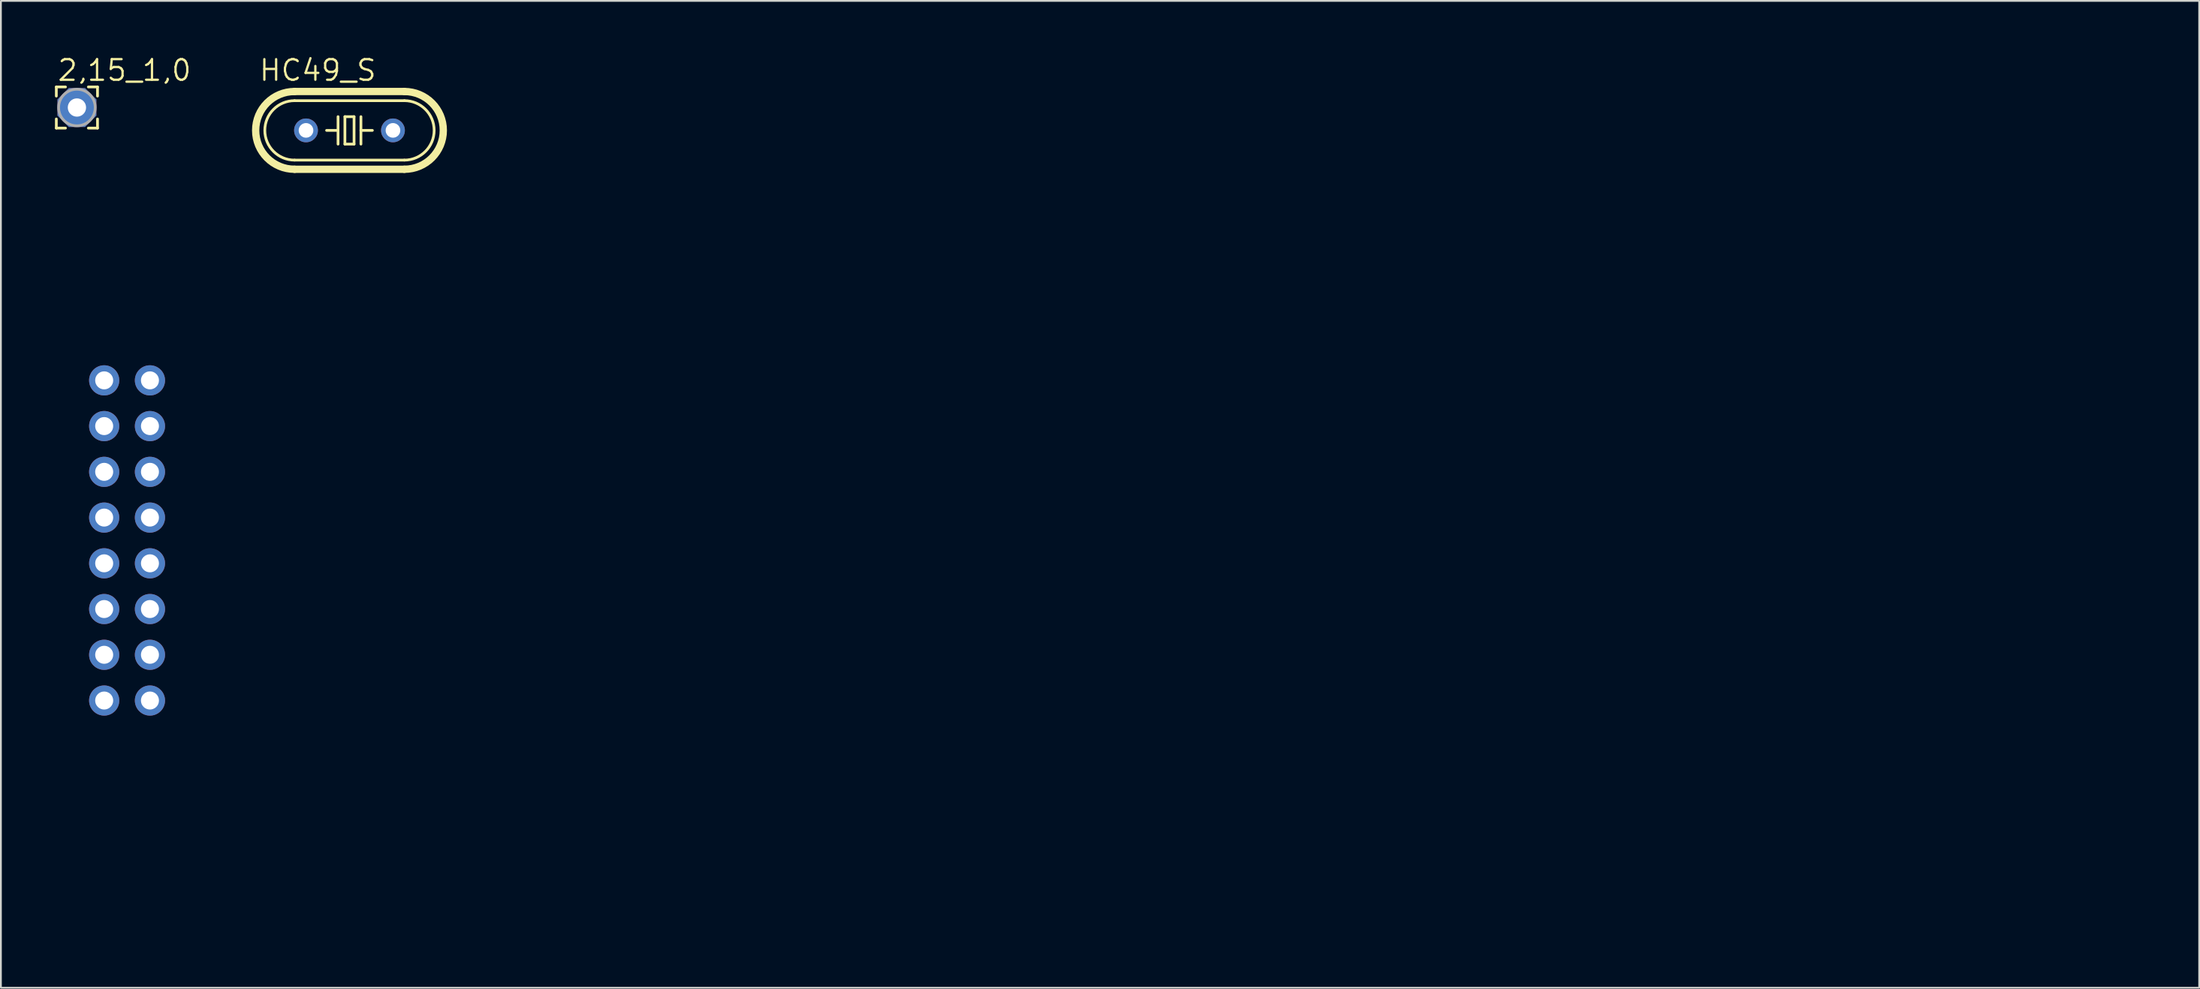
<source format=kicad_pcb>
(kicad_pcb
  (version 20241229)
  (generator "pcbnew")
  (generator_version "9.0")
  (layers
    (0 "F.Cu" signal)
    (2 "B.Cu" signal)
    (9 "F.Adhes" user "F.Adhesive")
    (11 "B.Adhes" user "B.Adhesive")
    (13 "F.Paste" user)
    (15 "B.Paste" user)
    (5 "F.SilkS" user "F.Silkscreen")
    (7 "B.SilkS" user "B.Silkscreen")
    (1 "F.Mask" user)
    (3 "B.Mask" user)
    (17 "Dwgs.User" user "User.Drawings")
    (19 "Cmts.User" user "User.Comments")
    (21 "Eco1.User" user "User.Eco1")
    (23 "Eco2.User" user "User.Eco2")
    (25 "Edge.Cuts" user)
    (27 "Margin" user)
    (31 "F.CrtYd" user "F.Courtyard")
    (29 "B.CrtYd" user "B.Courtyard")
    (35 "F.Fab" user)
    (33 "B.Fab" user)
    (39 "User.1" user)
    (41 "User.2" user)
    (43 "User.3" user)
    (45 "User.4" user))
  (footprint "HC49_S"
    (layer "F.Cu")
    (at 16.346 4.191)
    (property "Reference" "HC49_S" (at -5.08 -2.667 0) (layer "F.SilkS") (effects (font (size 1.143 1.143) (thickness 0.127)) (justify left bottom)))
    (fp_line (start -3.048 -2.159) (end 3.048 -2.159) (stroke (width 0.406) (type solid)) (layer "F.SilkS"))
    (fp_line (start -3.048 1.651) (end 3.048 1.651) (stroke (width 0.152) (type solid)) (layer "F.SilkS"))
    (fp_line (start -3.048 2.159) (end 3.048 2.159) (stroke (width 0.406) (type solid)) (layer "F.SilkS"))
    (fp_line (start -0.635 -0.762) (end -0.635 0) (stroke (width 0.152) (type solid)) (layer "F.SilkS"))
    (fp_line (start -0.635 0) (end -1.27 0) (stroke (width 0.152) (type solid)) (layer "F.SilkS"))
    (fp_line (start -0.635 0) (end -0.635 0.762) (stroke (width 0.152) (type solid)) (layer "F.SilkS"))
    (fp_line (start -0.254 -0.762) (end 0.254 -0.762) (stroke (width 0.152) (type solid)) (layer "F.SilkS"))
    (fp_line (start -0.254 0.762) (end -0.254 -0.762) (stroke (width 0.152) (type solid)) (layer "F.SilkS"))
    (fp_line (start 0.254 -0.762) (end 0.254 0.762) (stroke (width 0.152) (type solid)) (layer "F.SilkS"))
    (fp_line (start 0.254 0.762) (end -0.254 0.762) (stroke (width 0.152) (type solid)) (layer "F.SilkS"))
    (fp_line (start 0.635 -0.762) (end 0.635 0) (stroke (width 0.152) (type solid)) (layer "F.SilkS"))
    (fp_line (start 0.635 0) (end 0.635 0.762) (stroke (width 0.152) (type solid)) (layer "F.SilkS"))
    (fp_line (start 0.635 0) (end 1.27 0) (stroke (width 0.152) (type solid)) (layer "F.SilkS"))
    (fp_line (start 3.048 -1.651) (end -3.048 -1.651) (stroke (width 0.152) (type solid)) (layer "F.SilkS"))
    (fp_arc (start -3.048 1.651) (mid -4.699 0) (end -3.048 -1.651) (stroke (width 0.1524) (type solid)) (layer "F.SilkS"))
    (fp_arc (start -3.048 2.159) (mid -5.207 0) (end -3.048 -2.159) (stroke (width 0.4064) (type solid)) (layer "F.SilkS"))
    (fp_arc (start 3.048 -2.159) (mid 5.207 0) (end 3.048 2.159) (stroke (width 0.4064) (type solid)) (layer "F.SilkS"))
    (fp_arc (start 3.048 -1.651) (mid 4.699 0) (end 3.048 1.651) (stroke (width 0.1524) (type solid)) (layer "F.SilkS"))
    (pad "1" thru_hole circle (at -2.413 0) (size 1.321 1.321) (drill 0.813) (layers "*.Cu" "*.Mask"))
    (pad "2" thru_hole circle (at 2.413 0) (size 1.321 1.321) (drill 0.813) (layers "*.Cu" "*.Mask"))
    (zone (net_name "") (layers "F.Cu" "B.Cu") (hatch edge 0.5) (connect_pads) (min_thickness 0.25) (filled_areas_thickness no) (keepout (tracks allowed) (vias not_allowed) (pads allowed) (copperpour allowed) (footprints allowed)) (placement (enabled no)) (fill) (polygon (pts (xy 10.631 5.461) (xy 11.266 5.461) (xy 11.266 2.921) (xy 10.631 2.921))))
    (zone (net_name "") (layers "F.Cu" "B.Cu") (hatch edge 0.5) (connect_pads) (min_thickness 0.25) (filled_areas_thickness no) (keepout (tracks allowed) (vias not_allowed) (pads allowed) (copperpour allowed) (footprints allowed)) (placement (enabled no)) (fill) (polygon (pts (xy 11.266 6.096) (xy 11.901 6.096) (xy 11.901 2.286) (xy 11.266 2.286))))
    (zone (net_name "") (layers "F.Cu" "B.Cu") (hatch edge 0.5) (connect_pads) (min_thickness 0.25) (filled_areas_thickness no) (keepout (tracks allowed) (vias not_allowed) (pads allowed) (copperpour allowed) (footprints allowed)) (placement (enabled no)) (fill) (polygon (pts (xy 11.901 6.731) (xy 20.791 6.731) (xy 20.791 1.651) (xy 11.901 1.651))))
    (zone (net_name "") (layers "F.Cu" "B.Cu") (hatch edge 0.5) (connect_pads) (min_thickness 0.25) (filled_areas_thickness no) (keepout (tracks allowed) (vias not_allowed) (pads allowed) (copperpour allowed) (footprints allowed)) (placement (enabled no)) (fill) (polygon (pts (xy 20.791 6.096) (xy 21.426 6.096) (xy 21.426 2.286) (xy 20.791 2.286))))
    (zone (net_name "") (layers "F.Cu" "B.Cu") (hatch edge 0.5) (connect_pads) (min_thickness 0.25) (filled_areas_thickness no) (keepout (tracks allowed) (vias not_allowed) (pads allowed) (copperpour allowed) (footprints allowed)) (placement (enabled no)) (fill) (polygon (pts (xy 21.426 5.461) (xy 22.061 5.461) (xy 22.061 2.921) (xy 21.426 2.921)))))
  (footprint "2,15_1,0"
    (layer "F.Cu")
    (at 1.219 2.921)
    (property "Reference" "2,15_1,0" (at -1.143 -1.397 0) (layer "F.SilkS") (effects (font (size 1.143 1.143) (thickness 0.127)) (justify left bottom)))
    (fp_line (start -1.143 -1.143) (end -1.143 -0.635) (stroke (width 0.152) (type solid)) (layer "F.SilkS"))
    (fp_line (start -1.143 0.635) (end -1.143 1.143) (stroke (width 0.152) (type solid)) (layer "F.SilkS"))
    (fp_line (start -1.143 1.143) (end -0.635 1.143) (stroke (width 0.152) (type solid)) (layer "F.SilkS"))
    (fp_line (start -0.635 -1.143) (end -1.143 -1.143) (stroke (width 0.152) (type solid)) (layer "F.SilkS"))
    (fp_line (start 1.143 -1.143) (end 0.635 -1.143) (stroke (width 0.152) (type solid)) (layer "F.SilkS"))
    (fp_line (start 1.143 -0.635) (end 1.143 -1.143) (stroke (width 0.152) (type solid)) (layer "F.SilkS"))
    (fp_line (start 1.143 1.143) (end 0.635 1.143) (stroke (width 0.152) (type solid)) (layer "F.SilkS"))
    (fp_line (start 1.143 1.143) (end 1.143 0.635) (stroke (width 0.152) (type solid)) (layer "F.SilkS"))
    (fp_circle (center 0 0) (end 1.016 0) (stroke (width 0.152) (type solid)) (fill no) (layer "F.Fab"))
    (pad "1" thru_hole roundrect (at 0 0) (size 2.159 2.159) (drill 1.016) (layers "*.Cu" "*.Mask") (roundrect_rratio 0.25) (chamfer_ratio 0.293) (chamfer top_left top_right bottom_left bottom_right)))
  (footprint "TUXGR_20X2"
    (layer "F.Cu")
    (at 58.002 28.233)
    (property "Reference" "TUXGR_20X2" (at -53.34 20.32 0) (layer "User.1") (effects (font (size 1.168 1.168) (thickness 0.102)) (justify left bottom)))
    (fp_line (start -57.9 -18.4) (end 57.9 -18.4) (stroke (width 0.203) (type solid)) (layer "User.1"))
    (fp_line (start -57.9 18.4) (end -57.9 -18.4) (stroke (width 0.203) (type solid)) (layer "User.1"))
    (fp_line (start -44.5 -15.5) (end 46.5 -15.5) (stroke (width 0.203) (type solid)) (layer "User.1"))
    (fp_line (start -44.5 15.5) (end -44.5 -15.5) (stroke (width 0.203) (type solid)) (layer "User.1"))
    (fp_line (start -40.4 -9.15) (end 42.4 -9.15) (stroke (width 0.203) (type solid)) (layer "User.1"))
    (fp_line (start -40.4 9.15) (end -40.4 -9.15) (stroke (width 0.203) (type solid)) (layer "User.1"))
    (fp_line (start 42.4 -9.15) (end 42.4 9.15) (stroke (width 0.203) (type solid)) (layer "User.1"))
    (fp_line (start 42.4 9.15) (end -40.4 9.15) (stroke (width 0.203) (type solid)) (layer "User.1"))
    (fp_line (start 46.5 -15.5) (end 46.5 15.5) (stroke (width 0.203) (type solid)) (layer "User.1"))
    (fp_line (start 46.5 15.5) (end -44.5 15.5) (stroke (width 0.203) (type solid)) (layer "User.1"))
    (fp_line (start 57.9 -18.4) (end 57.9 18.4) (stroke (width 0.203) (type solid)) (layer "User.1"))
    (fp_line (start 57.9 18.4) (end -57.9 18.4) (stroke (width 0.203) (type solid)) (layer "User.1"))
    (fp_circle (center -54 -14.5) (end -52.25 -14.5) (stroke (width 0.1) (type solid)) (fill no) (layer "User.1"))
    (fp_circle (center -54 14.45) (end -52.25 14.45) (stroke (width 0.1) (type solid)) (fill no) (layer "User.1"))
    (fp_circle (center 54 -14.5) (end 55.75 -14.5) (stroke (width 0.1) (type solid)) (fill no) (layer "User.1"))
    (fp_circle (center 54 14.45) (end 55.75 14.45) (stroke (width 0.1) (type solid)) (fill no) (layer "User.1"))
    (fp_poly (pts (xy -35.75 -0.2) (xy -32.55 -0.2) (xy -32.55 -5.75) (xy -35.75 -5.75)) (stroke (width 0.1) (type default)) (fill no) (layer "User.1"))
    (fp_poly (pts (xy -35.75 5.75) (xy -32.55 5.75) (xy -32.55 0.2) (xy -35.75 0.2)) (stroke (width 0.1) (type default)) (fill no) (layer "User.1"))
    (fp_poly (pts (xy -32.05 -0.2) (xy -28.85 -0.2) (xy -28.85 -5.75) (xy -32.05 -5.75)) (stroke (width 0.1) (type default)) (fill no) (layer "User.1"))
    (fp_poly (pts (xy -32.05 5.75) (xy -28.85 5.75) (xy -28.85 0.2) (xy -32.05 0.2)) (stroke (width 0.1) (type default)) (fill no) (layer "User.1"))
    (fp_poly (pts (xy -28.35 -0.2) (xy -25.15 -0.2) (xy -25.15 -5.75) (xy -28.35 -5.75)) (stroke (width 0.1) (type default)) (fill no) (layer "User.1"))
    (fp_poly (pts (xy -28.35 5.75) (xy -25.15 5.75) (xy -25.15 0.2) (xy -28.35 0.2)) (stroke (width 0.1) (type default)) (fill no) (layer "User.1"))
    (fp_poly (pts (xy -24.65 -0.2) (xy -21.45 -0.2) (xy -21.45 -5.75) (xy -24.65 -5.75)) (stroke (width 0.1) (type default)) (fill no) (layer "User.1"))
    (fp_poly (pts (xy -24.65 5.75) (xy -21.45 5.75) (xy -21.45 0.2) (xy -24.65 0.2)) (stroke (width 0.1) (type default)) (fill no) (layer "User.1"))
    (fp_poly (pts (xy -20.95 -0.2) (xy -17.75 -0.2) (xy -17.75 -5.75) (xy -20.95 -5.75)) (stroke (width 0.1) (type default)) (fill no) (layer "User.1"))
    (fp_poly (pts (xy -20.95 5.75) (xy -17.75 5.75) (xy -17.75 0.2) (xy -20.95 0.2)) (stroke (width 0.1) (type default)) (fill no) (layer "User.1"))
    (fp_poly (pts (xy -17.25 -0.2) (xy -14.05 -0.2) (xy -14.05 -5.75) (xy -17.25 -5.75)) (stroke (width 0.1) (type default)) (fill no) (layer "User.1"))
    (fp_poly (pts (xy -17.25 5.75) (xy -14.05 5.75) (xy -14.05 0.2) (xy -17.25 0.2)) (stroke (width 0.1) (type default)) (fill no) (layer "User.1"))
    (fp_poly (pts (xy -13.55 -0.2) (xy -10.35 -0.2) (xy -10.35 -5.75) (xy -13.55 -5.75)) (stroke (width 0.1) (type default)) (fill no) (layer "User.1"))
    (fp_poly (pts (xy -13.55 5.75) (xy -10.35 5.75) (xy -10.35 0.2) (xy -13.55 0.2)) (stroke (width 0.1) (type default)) (fill no) (layer "User.1"))
    (fp_poly (pts (xy -9.85 -0.2) (xy -6.65 -0.2) (xy -6.65 -5.75) (xy -9.85 -5.75)) (stroke (width 0.1) (type default)) (fill no) (layer "User.1"))
    (fp_poly (pts (xy -9.85 5.75) (xy -6.65 5.75) (xy -6.65 0.2) (xy -9.85 0.2)) (stroke (width 0.1) (type default)) (fill no) (layer "User.1"))
    (fp_poly (pts (xy -6.15 -0.2) (xy -2.95 -0.2) (xy -2.95 -5.75) (xy -6.15 -5.75)) (stroke (width 0.1) (type default)) (fill no) (layer "User.1"))
    (fp_poly (pts (xy -6.15 5.75) (xy -2.95 5.75) (xy -2.95 0.2) (xy -6.15 0.2)) (stroke (width 0.1) (type default)) (fill no) (layer "User.1"))
    (fp_poly (pts (xy -2.45 -0.2) (xy 0.75 -0.2) (xy 0.75 -5.75) (xy -2.45 -5.75)) (stroke (width 0.1) (type default)) (fill no) (layer "User.1"))
    (fp_poly (pts (xy -2.45 5.75) (xy 0.75 5.75) (xy 0.75 0.2) (xy -2.45 0.2)) (stroke (width 0.1) (type default)) (fill no) (layer "User.1"))
    (fp_poly (pts (xy 1.25 -0.2) (xy 4.45 -0.2) (xy 4.45 -5.75) (xy 1.25 -5.75)) (stroke (width 0.1) (type default)) (fill no) (layer "User.1"))
    (fp_poly (pts (xy 1.25 5.75) (xy 4.45 5.75) (xy 4.45 0.2) (xy 1.25 0.2)) (stroke (width 0.1) (type default)) (fill no) (layer "User.1"))
    (fp_poly (pts (xy 4.95 -0.2) (xy 8.15 -0.2) (xy 8.15 -5.75) (xy 4.95 -5.75)) (stroke (width 0.1) (type default)) (fill no) (layer "User.1"))
    (fp_poly (pts (xy 4.95 5.75) (xy 8.15 5.75) (xy 8.15 0.2) (xy 4.95 0.2)) (stroke (width 0.1) (type default)) (fill no) (layer "User.1"))
    (fp_poly (pts (xy 8.65 -0.2) (xy 11.85 -0.2) (xy 11.85 -5.75) (xy 8.65 -5.75)) (stroke (width 0.1) (type default)) (fill no) (layer "User.1"))
    (fp_poly (pts (xy 8.65 5.75) (xy 11.85 5.75) (xy 11.85 0.2) (xy 8.65 0.2)) (stroke (width 0.1) (type default)) (fill no) (layer "User.1"))
    (fp_poly (pts (xy 12.35 -0.2) (xy 15.55 -0.2) (xy 15.55 -5.75) (xy 12.35 -5.75)) (stroke (width 0.1) (type default)) (fill no) (layer "User.1"))
    (fp_poly (pts (xy 12.35 5.75) (xy 15.55 5.75) (xy 15.55 0.2) (xy 12.35 0.2)) (stroke (width 0.1) (type default)) (fill no) (layer "User.1"))
    (fp_poly (pts (xy 16.05 -0.2) (xy 19.25 -0.2) (xy 19.25 -5.75) (xy 16.05 -5.75)) (stroke (width 0.1) (type default)) (fill no) (layer "User.1"))
    (fp_poly (pts (xy 16.05 5.75) (xy 19.25 5.75) (xy 19.25 0.2) (xy 16.05 0.2)) (stroke (width 0.1) (type default)) (fill no) (layer "User.1"))
    (fp_poly (pts (xy 19.75 -0.2) (xy 22.95 -0.2) (xy 22.95 -5.75) (xy 19.75 -5.75)) (stroke (width 0.1) (type default)) (fill no) (layer "User.1"))
    (fp_poly (pts (xy 19.75 5.75) (xy 22.95 5.75) (xy 22.95 0.2) (xy 19.75 0.2)) (stroke (width 0.1) (type default)) (fill no) (layer "User.1"))
    (fp_poly (pts (xy 23.45 -0.2) (xy 26.65 -0.2) (xy 26.65 -5.75) (xy 23.45 -5.75)) (stroke (width 0.1) (type default)) (fill no) (layer "User.1"))
    (fp_poly (pts (xy 23.45 5.75) (xy 26.65 5.75) (xy 26.65 0.2) (xy 23.45 0.2)) (stroke (width 0.1) (type default)) (fill no) (layer "User.1"))
    (fp_poly (pts (xy 27.15 -0.2) (xy 30.35 -0.2) (xy 30.35 -5.75) (xy 27.15 -5.75)) (stroke (width 0.1) (type default)) (fill no) (layer "User.1"))
    (fp_poly (pts (xy 27.15 5.75) (xy 30.35 5.75) (xy 30.35 0.2) (xy 27.15 0.2)) (stroke (width 0.1) (type default)) (fill no) (layer "User.1"))
    (fp_poly (pts (xy 30.85 -0.2) (xy 34.05 -0.2) (xy 34.05 -5.75) (xy 30.85 -5.75)) (stroke (width 0.1) (type default)) (fill no) (layer "User.1"))
    (fp_poly (pts (xy 30.85 5.75) (xy 34.05 5.75) (xy 34.05 0.2) (xy 30.85 0.2)) (stroke (width 0.1) (type default)) (fill no) (layer "User.1"))
    (fp_poly (pts (xy 34.55 -0.2) (xy 37.75 -0.2) (xy 37.75 -5.75) (xy 34.55 -5.75)) (stroke (width 0.1) (type default)) (fill no) (layer "User.1"))
    (fp_poly (pts (xy 34.55 5.75) (xy 37.75 5.75) (xy 37.75 0.2) (xy 34.55 0.2)) (stroke (width 0.1) (type default)) (fill no) (layer "User.1"))
    (pad "1" thru_hole circle (at -52.73 7.62) (size 1.676 1.676) (drill 1) (layers "*.Cu" "*.Mask"))
    (pad "2" thru_hole circle (at -55.27 7.62) (size 1.676 1.676) (drill 1) (layers "*.Cu" "*.Mask"))
    (pad "3" thru_hole circle (at -52.73 5.08) (size 1.676 1.676) (drill 1) (layers "*.Cu" "*.Mask"))
    (pad "4" thru_hole circle (at -55.27 5.08) (size 1.676 1.676) (drill 1) (layers "*.Cu" "*.Mask"))
    (pad "5" thru_hole circle (at -52.73 2.54) (size 1.676 1.676) (drill 1) (layers "*.Cu" "*.Mask"))
    (pad "6" thru_hole circle (at -55.27 2.54) (size 1.676 1.676) (drill 1) (layers "*.Cu" "*.Mask"))
    (pad "7" thru_hole circle (at -52.73 0) (size 1.676 1.676) (drill 1) (layers "*.Cu" "*.Mask"))
    (pad "8" thru_hole circle (at -55.27 0) (size 1.676 1.676) (drill 1) (layers "*.Cu" "*.Mask"))
    (pad "9" thru_hole circle (at -52.73 -2.54) (size 1.676 1.676) (drill 1) (layers "*.Cu" "*.Mask"))
    (pad "10" thru_hole circle (at -55.27 -2.54) (size 1.676 1.676) (drill 1) (layers "*.Cu" "*.Mask"))
    (pad "11" thru_hole circle (at -52.73 -5.08) (size 1.676 1.676) (drill 1) (layers "*.Cu" "*.Mask"))
    (pad "12" thru_hole circle (at -55.27 -5.08) (size 1.676 1.676) (drill 1) (layers "*.Cu" "*.Mask"))
    (pad "13" thru_hole circle (at -52.73 -7.62) (size 1.676 1.676) (drill 1) (layers "*.Cu" "*.Mask"))
    (pad "14" thru_hole circle (at -55.27 -7.62) (size 1.676 1.676) (drill 1) (layers "*.Cu" "*.Mask"))
    (pad "15" thru_hole circle (at -52.73 -10.16) (size 1.676 1.676) (drill 1) (layers "*.Cu" "*.Mask"))
    (pad "16" thru_hole circle (at -55.27 -10.16) (size 1.676 1.676) (drill 1) (layers "*.Cu" "*.Mask")))
  (gr_rect
    (start -3 -3)
    (end 119.003 51.803)
    (stroke (width 0.1) (type default))
    (fill no)
    (layer "Edge.Cuts")))
</source>
